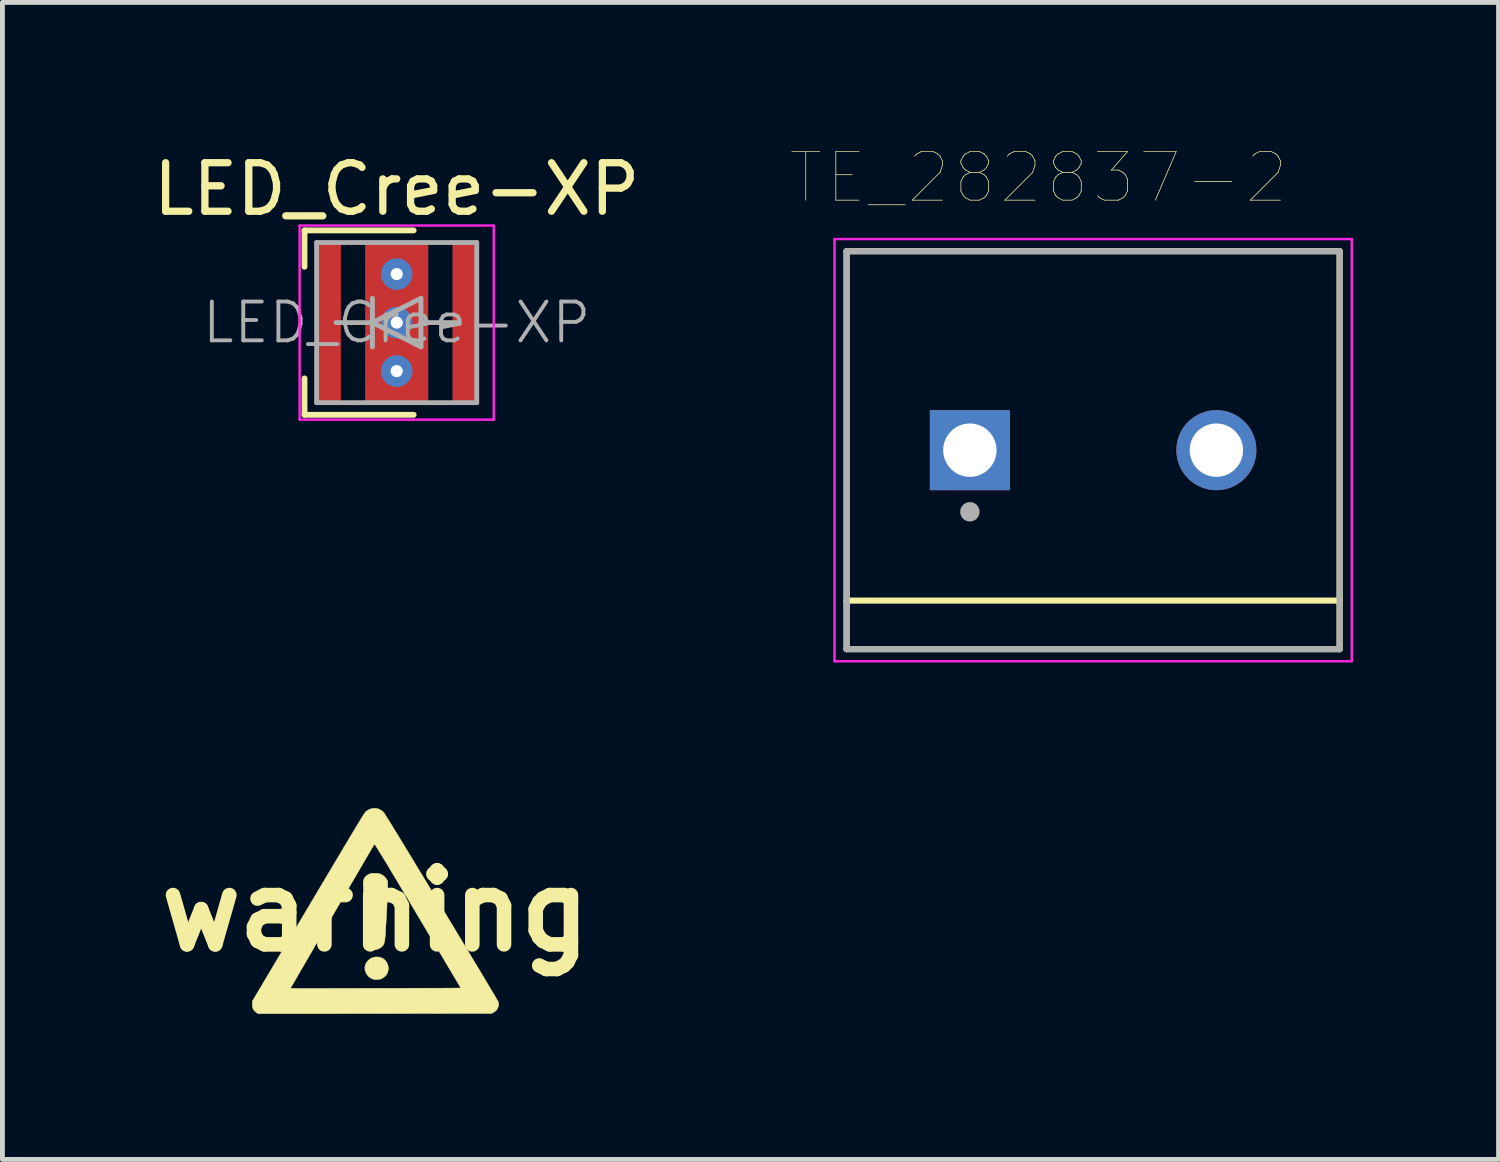
<source format=kicad_pcb>
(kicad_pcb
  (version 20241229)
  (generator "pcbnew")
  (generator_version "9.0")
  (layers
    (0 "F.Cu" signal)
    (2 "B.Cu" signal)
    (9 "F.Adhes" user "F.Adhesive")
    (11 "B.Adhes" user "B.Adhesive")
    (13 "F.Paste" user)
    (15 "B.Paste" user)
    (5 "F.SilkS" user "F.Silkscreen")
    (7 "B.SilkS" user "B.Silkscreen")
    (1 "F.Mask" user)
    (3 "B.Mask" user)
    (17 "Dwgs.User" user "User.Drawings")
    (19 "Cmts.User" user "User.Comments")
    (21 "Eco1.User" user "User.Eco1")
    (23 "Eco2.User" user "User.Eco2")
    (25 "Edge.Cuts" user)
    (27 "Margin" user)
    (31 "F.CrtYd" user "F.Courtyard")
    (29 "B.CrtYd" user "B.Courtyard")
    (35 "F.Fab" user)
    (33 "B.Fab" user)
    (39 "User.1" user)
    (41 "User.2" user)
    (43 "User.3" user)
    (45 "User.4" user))
  (footprint "warning"
    (layer "F.Cu")
    (at 4.688 15.722)
    (property "Reference" "warning" (at 0 0 0) (layer "F.SilkS") (effects (font (size 1.524 1.524) (thickness 0.3))))
    (attr through_hole)
    (fp_poly (pts (xy 0.112 0.961) (xy 0.163 0.987) (xy 0.205 1.024) (xy 0.236 1.069) (xy 0.256 1.121) (xy 0.265 1.175) (xy 0.261 1.229) (xy 0.245 1.282) (xy 0.215 1.329) (xy 0.195 1.349) (xy 0.152 1.382) (xy 0.11 1.403) (xy 0.061 1.412) (xy 0.025 1.414) (xy -0.014 1.413) (xy -0.044 1.408) (xy -0.072 1.397) (xy -0.083 1.392) (xy -0.134 1.358) (xy -0.176 1.31) (xy -0.2 1.266) (xy -0.217 1.212) (xy -0.219 1.159) (xy -0.207 1.108) (xy -0.183 1.061) (xy -0.15 1.021) (xy -0.107 0.987) (xy -0.058 0.963) (xy -0.004 0.95) (xy 0.054 0.949) (xy 0.112 0.961)) (stroke (width 0.01) (type solid)) (fill yes) (layer "F.SilkS"))
    (fp_poly (pts (xy 0.031 -0.773) (xy 0.063 -0.77) (xy 0.089 -0.764) (xy 0.115 -0.755) (xy 0.116 -0.754) (xy 0.156 -0.731) (xy 0.193 -0.698) (xy 0.224 -0.661) (xy 0.244 -0.625) (xy 0.246 -0.618) (xy 0.249 -0.606) (xy 0.251 -0.588) (xy 0.252 -0.563) (xy 0.252 -0.53) (xy 0.252 -0.488) (xy 0.25 -0.436) (xy 0.248 -0.373) (xy 0.245 -0.298) (xy 0.241 -0.211) (xy 0.236 -0.11) (xy 0.23 0.005) (xy 0.223 0.136) (xy 0.22 0.203) (xy 0.214 0.306) (xy 0.209 0.393) (xy 0.204 0.466) (xy 0.2 0.526) (xy 0.194 0.576) (xy 0.189 0.616) (xy 0.182 0.648) (xy 0.174 0.674) (xy 0.165 0.695) (xy 0.154 0.712) (xy 0.141 0.727) (xy 0.126 0.741) (xy 0.117 0.748) (xy 0.079 0.774) (xy 0.035 0.79) (xy -0.007 0.797) (xy -0.045 0.791) (xy -0.051 0.789) (xy -0.078 0.772) (xy -0.108 0.746) (xy -0.135 0.717) (xy -0.152 0.691) (xy -0.158 0.676) (xy -0.164 0.658) (xy -0.169 0.634) (xy -0.174 0.604) (xy -0.179 0.567) (xy -0.184 0.522) (xy -0.19 0.467) (xy -0.195 0.403) (xy -0.201 0.327) (xy -0.207 0.239) (xy -0.214 0.138) (xy -0.222 0.023) (xy -0.23 -0.108) (xy -0.238 -0.233) (xy -0.242 -0.305) (xy -0.245 -0.374) (xy -0.248 -0.437) (xy -0.251 -0.493) (xy -0.252 -0.538) (xy -0.253 -0.571) (xy -0.252 -0.585) (xy -0.243 -0.642) (xy -0.221 -0.689) (xy -0.185 -0.726) (xy -0.148 -0.749) (xy -0.124 -0.761) (xy -0.103 -0.768) (xy -0.08 -0.773) (xy -0.051 -0.774) (xy -0.013 -0.774) (xy 0.031 -0.773)) (stroke (width 0.01) (type solid)) (fill yes) (layer "F.SilkS"))
    (fp_poly (pts (xy 0.06 -2.102) (xy 0.117 -2.074) (xy 0.168 -2.032) (xy 0.175 -2.022) (xy 0.191 -1.997) (xy 0.214 -1.96) (xy 0.245 -1.911) (xy 0.283 -1.85) (xy 0.327 -1.778) (xy 0.378 -1.696) (xy 0.434 -1.604) (xy 0.495 -1.504) (xy 0.561 -1.396) (xy 0.631 -1.281) (xy 0.705 -1.16) (xy 0.782 -1.033) (xy 0.862 -0.9) (xy 0.945 -0.764) (xy 1.03 -0.624) (xy 1.116 -0.481) (xy 1.204 -0.337) (xy 1.292 -0.191) (xy 1.381 -0.044) (xy 1.469 0.102) (xy 1.557 0.248) (xy 1.644 0.392) (xy 1.729 0.534) (xy 1.813 0.672) (xy 1.894 0.807) (xy 1.972 0.937) (xy 2.047 1.062) (xy 2.119 1.181) (xy 2.186 1.293) (xy 2.248 1.397) (xy 2.306 1.494) (xy 2.358 1.581) (xy 2.404 1.659) (xy 2.444 1.726) (xy 2.477 1.782) (xy 2.503 1.827) (xy 2.521 1.858) (xy 2.531 1.877) (xy 2.533 1.881) (xy 2.539 1.927) (xy 2.53 1.975) (xy 2.509 2.021) (xy 2.477 2.06) (xy 2.435 2.09) (xy 2.434 2.091) (xy 2.392 2.112) (xy -0.013 2.115) (xy -2.417 2.117) (xy -2.453 2.095) (xy -2.484 2.07) (xy -2.511 2.036) (xy -2.512 2.034) (xy -2.525 2.01) (xy -2.532 1.989) (xy -2.535 1.962) (xy -2.536 1.926) (xy -2.536 1.858) (xy -2.38 1.597) (xy -1.753 1.597) (xy -1.744 1.597) (xy -1.72 1.597) (xy -1.681 1.597) (xy -1.627 1.598) (xy -1.561 1.598) (xy -1.482 1.598) (xy -1.393 1.598) (xy -1.293 1.598) (xy -1.183 1.598) (xy -1.066 1.598) (xy -0.941 1.598) (xy -0.81 1.597) (xy -0.673 1.597) (xy -0.532 1.597) (xy -0.388 1.597) (xy -0.241 1.596) (xy -0.092 1.596) (xy 0.057 1.596) (xy 0.206 1.595) (xy 0.354 1.595) (xy 0.499 1.595) (xy 0.641 1.594) (xy 0.779 1.594) (xy 0.912 1.593) (xy 1.039 1.593) (xy 1.158 1.592) (xy 1.27 1.592) (xy 1.372 1.592) (xy 1.465 1.591) (xy 1.547 1.591) (xy 1.616 1.59) (xy 1.673 1.59) (xy 1.717 1.589) (xy 1.745 1.589) (xy 1.758 1.589) (xy 1.758 1.589) (xy 1.754 1.581) (xy 1.742 1.56) (xy 1.722 1.526) (xy 1.694 1.479) (xy 1.659 1.42) (xy 1.618 1.351) (xy 1.57 1.27) (xy 1.517 1.18) (xy 1.458 1.081) (xy 1.394 0.974) (xy 1.325 0.858) (xy 1.252 0.736) (xy 1.176 0.608) (xy 1.096 0.473) (xy 1.013 0.334) (xy 0.927 0.19) (xy 0.874 0.1) (xy 0.764 -0.084) (xy 0.663 -0.254) (xy 0.569 -0.41) (xy 0.484 -0.553) (xy 0.406 -0.683) (xy 0.336 -0.8) (xy 0.273 -0.905) (xy 0.217 -0.998) (xy 0.167 -1.08) (xy 0.124 -1.151) (xy 0.086 -1.212) (xy 0.055 -1.263) (xy 0.03 -1.303) (xy 0.01 -1.335) (xy -0.005 -1.357) (xy -0.016 -1.371) (xy -0.021 -1.377) (xy -0.022 -1.378) (xy -0.027 -1.369) (xy -0.04 -1.347) (xy -0.061 -1.312) (xy -0.089 -1.265) (xy -0.123 -1.207) (xy -0.163 -1.138) (xy -0.209 -1.06) (xy -0.26 -0.973) (xy -0.315 -0.878) (xy -0.374 -0.776) (xy -0.437 -0.668) (xy -0.504 -0.555) (xy -0.572 -0.437) (xy -0.643 -0.316) (xy -0.715 -0.191) (xy -0.789 -0.065) (xy -0.863 0.063) (xy -0.938 0.191) (xy -1.012 0.318) (xy -1.085 0.444) (xy -1.157 0.568) (xy -1.227 0.688) (xy -1.295 0.805) (xy -1.36 0.917) (xy -1.422 1.024) (xy -1.48 1.124) (xy -1.534 1.216) (xy -1.583 1.301) (xy -1.626 1.377) (xy -1.665 1.443) (xy -1.696 1.498) (xy -1.722 1.542) (xy -1.74 1.573) (xy -1.75 1.592) (xy -1.753 1.597) (xy -2.38 1.597) (xy -2.073 1.079) (xy -1.922 0.826) (xy -1.779 0.587) (xy -1.645 0.361) (xy -1.519 0.149) (xy -1.4 -0.051) (xy -1.289 -0.238) (xy -1.185 -0.413) (xy -1.088 -0.576) (xy -0.998 -0.727) (xy -0.914 -0.868) (xy -0.836 -0.999) (xy -0.764 -1.119) (xy -0.698 -1.23) (xy -0.638 -1.332) (xy -0.582 -1.424) (xy -0.532 -1.509) (xy -0.486 -1.585) (xy -0.445 -1.654) (xy -0.408 -1.715) (xy -0.375 -1.77) (xy -0.346 -1.818) (xy -0.32 -1.86) (xy -0.298 -1.897) (xy -0.278 -1.929) (xy -0.261 -1.955) (xy -0.247 -1.978) (xy -0.235 -1.997) (xy -0.225 -2.012) (xy -0.217 -2.024) (xy -0.21 -2.033) (xy -0.205 -2.04) (xy -0.201 -2.045) (xy -0.197 -2.048) (xy -0.194 -2.051) (xy -0.192 -2.053) (xy -0.189 -2.054) (xy -0.186 -2.056) (xy -0.183 -2.058) (xy -0.125 -2.093) (xy -0.064 -2.111) (xy -0.001 -2.114) (xy 0.06 -2.102)) (stroke (width 0.01) (type solid)) (fill yes) (layer "F.SilkS")))
  (footprint "LED_Cree-XP"
    (layer "F.Cu")
    (at 5.125 3.598)
    (property "Reference" "LED_Cree-XP" (at 0 -2.75 0) (layer "F.SilkS") (effects (font (size 1 1) (thickness 0.15))))
    (attr smd)
    (fp_line (start -1.9 -1.9) (end -1.9 -1.15) (stroke (width 0.12) (type solid)) (layer "F.SilkS"))
    (fp_line (start -1.9 1.9) (end -1.9 1.15) (stroke (width 0.12) (type solid)) (layer "F.SilkS"))
    (fp_line (start 0.35 -1.9) (end -1.9 -1.9) (stroke (width 0.12) (type solid)) (layer "F.SilkS"))
    (fp_line (start 0.35 1.9) (end -1.9 1.9) (stroke (width 0.12) (type solid)) (layer "F.SilkS"))
    (fp_line (start -2 -2) (end 2 -2) (stroke (width 0.05) (type solid)) (layer "F.CrtYd"))
    (fp_line (start -2 2) (end -2 -2) (stroke (width 0.05) (type solid)) (layer "F.CrtYd"))
    (fp_line (start 2 -2) (end 2 2) (stroke (width 0.05) (type solid)) (layer "F.CrtYd"))
    (fp_line (start 2 2) (end -2 2) (stroke (width 0.05) (type solid)) (layer "F.CrtYd"))
    (fp_line (start -1.65 -1.65) (end 1.65 -1.65) (stroke (width 0.1) (type solid)) (layer "F.Fab"))
    (fp_line (start -1.65 1.65) (end -1.65 -1.65) (stroke (width 0.1) (type solid)) (layer "F.Fab"))
    (fp_line (start -1.25 0) (end -0.5 0) (stroke (width 0.1) (type solid)) (layer "F.Fab"))
    (fp_line (start -0.5 -0.5) (end -0.5 0.5) (stroke (width 0.1) (type solid)) (layer "F.Fab"))
    (fp_line (start -0.5 0) (end 0.5 -0.5) (stroke (width 0.1) (type solid)) (layer "F.Fab"))
    (fp_line (start 0.5 -0.5) (end 0.5 0.5) (stroke (width 0.1) (type solid)) (layer "F.Fab"))
    (fp_line (start 0.5 0.5) (end -0.5 0) (stroke (width 0.1) (type solid)) (layer "F.Fab"))
    (fp_line (start 1.25 0) (end 0.5 0) (stroke (width 0.1) (type solid)) (layer "F.Fab"))
    (fp_line (start 1.65 -1.65) (end 1.65 1.65) (stroke (width 0.1) (type solid)) (layer "F.Fab"))
    (fp_line (start 1.65 1.65) (end -1.65 1.65) (stroke (width 0.1) (type solid)) (layer "F.Fab"))
    (fp_text user "${REFERENCE}" (at 0 0 0) (layer "F.Fab") (effects (font (size 0.8 0.8) (thickness 0.08))))
    (pad "" smd rect (at 0 -1) (size 1.01 0.75) (layers "F.Paste"))
    (pad "" smd rect (at 0 0) (size 1.01 0.75) (layers "F.Paste"))
    (pad "" smd rect (at 0 1) (size 1.01 0.75) (layers "F.Paste"))
    (pad "1" smd rect (at -1.4 0) (size 0.5 3.3) (layers "F.Cu" "F.Mask" "F.Paste"))
    (pad "2" smd rect (at 1.4 0) (size 0.5 3.3) (layers "F.Cu" "F.Mask" "F.Paste"))
    (pad "3" thru_hole circle (at 0 -1) (size 0.65 0.65) (drill 0.25) (layers "*.Cu"))
    (pad "3" thru_hole circle (at 0 0) (size 0.65 0.65) (drill 0.25) (layers "*.Cu"))
    (pad "3" smd rect (at 0 0) (size 1.3 3.3) (layers "F.Cu" "F.Mask"))
    (pad "3" thru_hole circle (at 0 1) (size 0.65 0.65) (drill 0.25) (layers "*.Cu")))
  (footprint "TE_282837-2"
    (layer "F.Cu")
    (at 19.477 6.227)
    (property "Reference" "TE_282837-2" (at -1.127 -5.615 0) (layer "F.SilkS") (effects (font (size 1.002 1.002) (thickness 0.015))))
    (attr through_hole)
    (fp_line (start -5.08 -4.1) (end 5.08 -4.1) (stroke (width 0.127) (type solid)) (layer "F.SilkS"))
    (fp_line (start -5.08 3.1) (end -5.08 -4.1) (stroke (width 0.127) (type solid)) (layer "F.SilkS"))
    (fp_line (start -5.08 3.1) (end 5.08 3.1) (stroke (width 0.127) (type solid)) (layer "F.SilkS"))
    (fp_line (start -5.08 4.1) (end -5.08 3.1) (stroke (width 0.127) (type solid)) (layer "F.SilkS"))
    (fp_line (start 5.08 -4.1) (end 5.08 3.1) (stroke (width 0.127) (type solid)) (layer "F.SilkS"))
    (fp_line (start 5.08 3.1) (end 5.08 4.1) (stroke (width 0.127) (type solid)) (layer "F.SilkS"))
    (fp_line (start 5.08 4.1) (end -5.08 4.1) (stroke (width 0.127) (type solid)) (layer "F.SilkS"))
    (fp_line (start -5.33 -4.35) (end 5.33 -4.35) (stroke (width 0.05) (type solid)) (layer "F.CrtYd"))
    (fp_line (start -5.33 4.35) (end -5.33 -4.35) (stroke (width 0.05) (type solid)) (layer "F.CrtYd"))
    (fp_line (start 5.33 -4.35) (end 5.33 4.35) (stroke (width 0.05) (type solid)) (layer "F.CrtYd"))
    (fp_line (start 5.33 4.35) (end -5.33 4.35) (stroke (width 0.05) (type solid)) (layer "F.CrtYd"))
    (fp_line (start -5.08 -4.1) (end 5.08 -4.1) (stroke (width 0.127) (type solid)) (layer "F.Fab"))
    (fp_line (start -5.08 4.1) (end -5.08 -4.1) (stroke (width 0.127) (type solid)) (layer "F.Fab"))
    (fp_line (start 5.08 -4.1) (end 5.08 4.1) (stroke (width 0.127) (type solid)) (layer "F.Fab"))
    (fp_line (start 5.08 4.1) (end -5.08 4.1) (stroke (width 0.127) (type solid)) (layer "F.Fab"))
    (fp_circle (center -2.54 1.27) (end -2.44 1.27) (stroke (width 0.2) (type solid)) (fill no) (layer "F.Fab"))
    (pad "1" thru_hole rect (at -2.54 0) (size 1.65 1.65) (drill 1.1) (layers "*.Cu" "*.Mask"))
    (pad "2" thru_hole circle (at 2.54 0) (size 1.65 1.65) (drill 1.1) (layers "*.Cu" "*.Mask")))
  (gr_rect
    (start -3 -3)
    (end 27.832 20.843)
    (stroke (width 0.1) (type default))
    (fill no)
    (layer "Edge.Cuts")))
</source>
